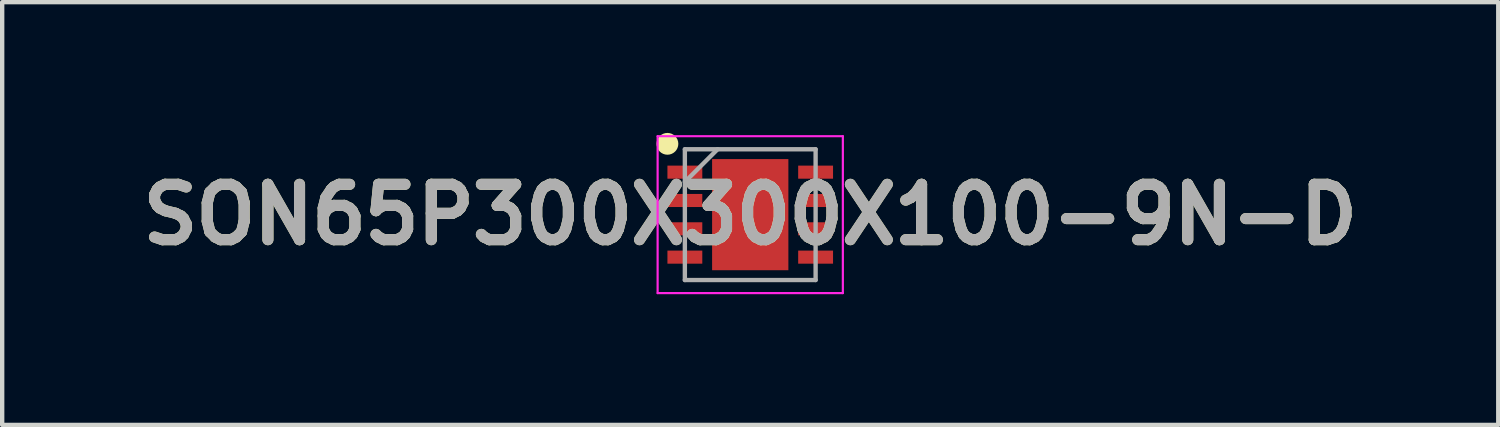
<source format=kicad_pcb>
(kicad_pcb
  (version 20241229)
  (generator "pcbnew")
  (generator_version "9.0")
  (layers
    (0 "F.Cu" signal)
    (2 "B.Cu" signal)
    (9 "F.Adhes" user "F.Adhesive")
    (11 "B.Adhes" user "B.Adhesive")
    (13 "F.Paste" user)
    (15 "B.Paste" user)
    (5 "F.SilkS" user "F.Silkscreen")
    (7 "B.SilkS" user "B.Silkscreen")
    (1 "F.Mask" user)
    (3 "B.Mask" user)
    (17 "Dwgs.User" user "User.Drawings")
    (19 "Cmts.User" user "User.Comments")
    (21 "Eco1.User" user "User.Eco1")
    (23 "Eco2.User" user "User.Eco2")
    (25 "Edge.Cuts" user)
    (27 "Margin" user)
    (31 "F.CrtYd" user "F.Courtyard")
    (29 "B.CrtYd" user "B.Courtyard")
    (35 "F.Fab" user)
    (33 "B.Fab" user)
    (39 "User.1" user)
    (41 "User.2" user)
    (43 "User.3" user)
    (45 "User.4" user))
  (footprint "SON65P300X300X100-9N-D"
    (layer "F.Cu")
    (at 14.164 1.875)
    (property "Reference" "SON65P300X300X100-9N-D" (at 0 0 0) (layer "F.SilkS") (effects (font (size 1.27 1.27) (thickness 0.254))))
    (attr smd)
    (fp_circle (center -1.9 -1.625) (end -1.9 -1.5) (stroke (width 0.25) (type solid)) (fill no) (layer "F.SilkS"))
    (fp_line (start -2.125 -1.8) (end 2.125 -1.8) (stroke (width 0.05) (type solid)) (layer "F.CrtYd"))
    (fp_line (start -2.125 1.8) (end -2.125 -1.8) (stroke (width 0.05) (type solid)) (layer "F.CrtYd"))
    (fp_line (start 2.125 -1.8) (end 2.125 1.8) (stroke (width 0.05) (type solid)) (layer "F.CrtYd"))
    (fp_line (start 2.125 1.8) (end -2.125 1.8) (stroke (width 0.05) (type solid)) (layer "F.CrtYd"))
    (fp_line (start -1.5 -1.5) (end 1.5 -1.5) (stroke (width 0.1) (type solid)) (layer "F.Fab"))
    (fp_line (start -1.5 -0.75) (end -0.75 -1.5) (stroke (width 0.1) (type solid)) (layer "F.Fab"))
    (fp_line (start -1.5 1.5) (end -1.5 -1.5) (stroke (width 0.1) (type solid)) (layer "F.Fab"))
    (fp_line (start 1.5 -1.5) (end 1.5 1.5) (stroke (width 0.1) (type solid)) (layer "F.Fab"))
    (fp_line (start 1.5 1.5) (end -1.5 1.5) (stroke (width 0.1) (type solid)) (layer "F.Fab"))
    (fp_text user "${REFERENCE}" (at 0 0 0) (layer "F.Fab") (effects (font (size 1.27 1.27) (thickness 0.254))))
    (pad "1" smd rect (at -1.5 -0.975 90) (size 0.3 0.8) (layers "F.Cu" "F.Mask" "F.Paste"))
    (pad "2" smd rect (at -1.5 -0.325 90) (size 0.3 0.8) (layers "F.Cu" "F.Mask" "F.Paste"))
    (pad "3" smd rect (at -1.5 0.325 90) (size 0.3 0.8) (layers "F.Cu" "F.Mask" "F.Paste"))
    (pad "4" smd rect (at -1.5 0.975 90) (size 0.3 0.8) (layers "F.Cu" "F.Mask" "F.Paste"))
    (pad "5" smd rect (at 1.5 0.975 90) (size 0.3 0.8) (layers "F.Cu" "F.Mask" "F.Paste"))
    (pad "6" smd rect (at 1.5 0.325 90) (size 0.3 0.8) (layers "F.Cu" "F.Mask" "F.Paste"))
    (pad "7" smd rect (at 1.5 -0.325 90) (size 0.3 0.8) (layers "F.Cu" "F.Mask" "F.Paste"))
    (pad "8" smd rect (at 1.5 -0.975 90) (size 0.3 0.8) (layers "F.Cu" "F.Mask" "F.Paste"))
    (pad "9" smd rect (at 0 0) (size 1.75 2.55) (layers "F.Cu" "F.Mask" "F.Paste")))
  (gr_rect
    (start -3 -3)
    (end 31.327 6.7)
    (stroke (width 0.1) (type default))
    (fill no)
    (layer "Edge.Cuts")))
</source>
